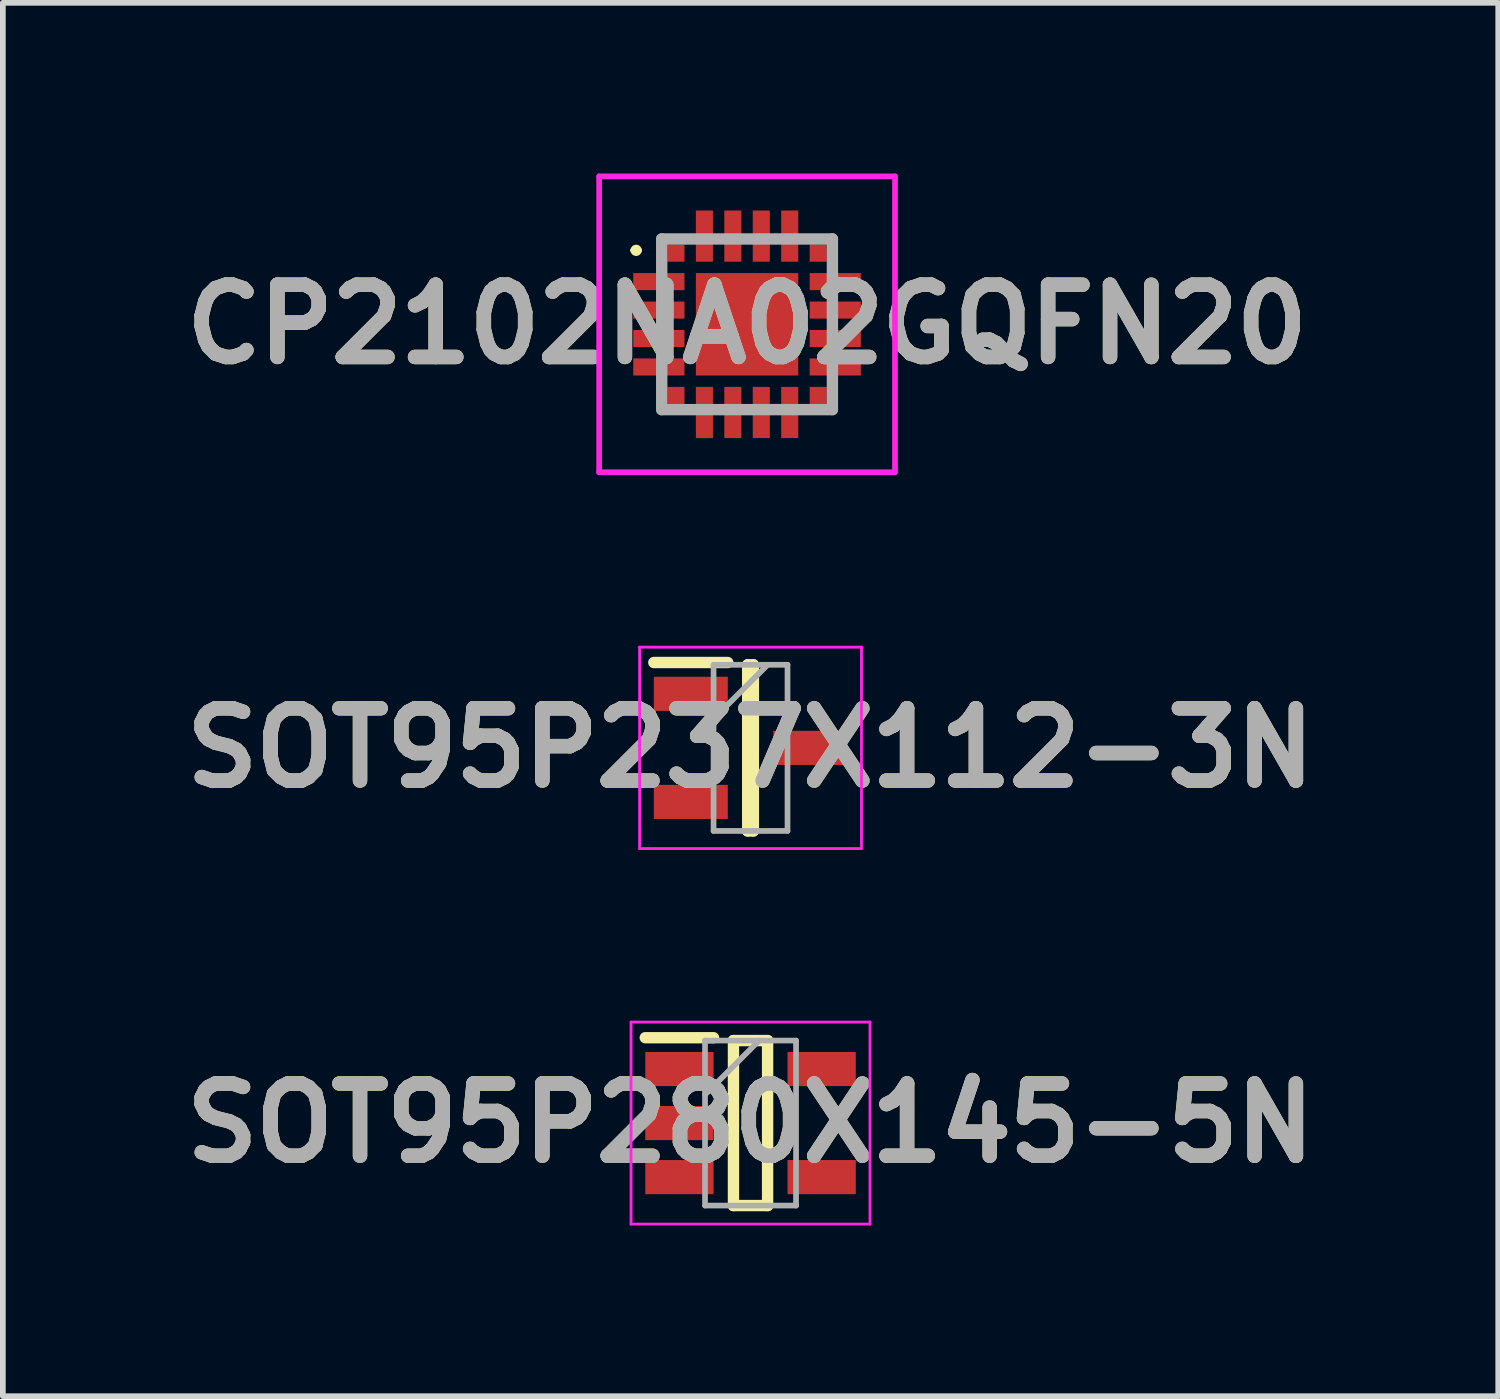
<source format=kicad_pcb>
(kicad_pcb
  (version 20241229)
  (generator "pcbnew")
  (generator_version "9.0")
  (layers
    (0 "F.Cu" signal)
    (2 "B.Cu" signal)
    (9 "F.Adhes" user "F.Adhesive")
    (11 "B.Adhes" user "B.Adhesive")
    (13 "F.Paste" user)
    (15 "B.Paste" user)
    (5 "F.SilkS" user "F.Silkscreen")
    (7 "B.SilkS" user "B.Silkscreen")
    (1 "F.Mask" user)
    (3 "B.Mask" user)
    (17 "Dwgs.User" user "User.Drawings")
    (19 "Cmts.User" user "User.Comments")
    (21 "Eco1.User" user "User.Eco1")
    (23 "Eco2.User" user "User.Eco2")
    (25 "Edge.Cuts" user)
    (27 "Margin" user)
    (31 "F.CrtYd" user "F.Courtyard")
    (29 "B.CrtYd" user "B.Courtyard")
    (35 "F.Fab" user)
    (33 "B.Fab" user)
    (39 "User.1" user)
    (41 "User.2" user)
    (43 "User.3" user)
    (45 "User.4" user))
  (footprint "SOT95P237X112-3N"
    (layer "F.Cu")
    (at 10.142 10.095)
    (property "Reference" "SOT95P237X112-3N" (at 0 0 0) (layer "F.SilkS") (effects (font (size 1.27 1.27) (thickness 0.254))))
    (attr smd)
    (fp_line (start -1.7 -1.5) (end -0.4 -1.5) (stroke (width 0.2) (type solid)) (layer "F.SilkS"))
    (fp_line (start -0.05 -1.46) (end 0.05 -1.46) (stroke (width 0.2) (type solid)) (layer "F.SilkS"))
    (fp_line (start -0.05 1.46) (end -0.05 -1.46) (stroke (width 0.2) (type solid)) (layer "F.SilkS"))
    (fp_line (start 0.05 -1.46) (end 0.05 1.46) (stroke (width 0.2) (type solid)) (layer "F.SilkS"))
    (fp_line (start 0.05 1.46) (end -0.05 1.46) (stroke (width 0.2) (type solid)) (layer "F.SilkS"))
    (fp_line (start -1.95 -1.77) (end 1.95 -1.77) (stroke (width 0.05) (type solid)) (layer "F.CrtYd"))
    (fp_line (start -1.95 1.77) (end -1.95 -1.77) (stroke (width 0.05) (type solid)) (layer "F.CrtYd"))
    (fp_line (start 1.95 -1.77) (end 1.95 1.77) (stroke (width 0.05) (type solid)) (layer "F.CrtYd"))
    (fp_line (start 1.95 1.77) (end -1.95 1.77) (stroke (width 0.05) (type solid)) (layer "F.CrtYd"))
    (fp_line (start -0.65 -1.46) (end 0.65 -1.46) (stroke (width 0.1) (type solid)) (layer "F.Fab"))
    (fp_line (start -0.65 -0.51) (end 0.3 -1.46) (stroke (width 0.1) (type solid)) (layer "F.Fab"))
    (fp_line (start -0.65 1.46) (end -0.65 -1.46) (stroke (width 0.1) (type solid)) (layer "F.Fab"))
    (fp_line (start 0.65 -1.46) (end 0.65 1.46) (stroke (width 0.1) (type solid)) (layer "F.Fab"))
    (fp_line (start 0.65 1.46) (end -0.65 1.46) (stroke (width 0.1) (type solid)) (layer "F.Fab"))
    (fp_text user "${REFERENCE}" (at 0 0 0) (layer "F.Fab") (effects (font (size 1.27 1.27) (thickness 0.254))))
    (pad "1" smd rect (at -1.05 -0.95 90) (size 0.6 1.3) (layers "F.Cu" "F.Mask" "F.Paste"))
    (pad "2" smd rect (at -1.05 0.95 90) (size 0.6 1.3) (layers "F.Cu" "F.Mask" "F.Paste"))
    (pad "3" smd rect (at 1.05 0 90) (size 0.6 1.3) (layers "F.Cu" "F.Mask" "F.Paste")))
  (footprint "CP2102NA02GQFN20"
    (layer "F.Cu")
    (at 10.081 2.65)
    (property "Reference" "CP2102NA02GQFN20" (at 0 0 0) (layer "F.SilkS") (effects (font (size 1.27 1.27) (thickness 0.254))))
    (attr smd)
    (fp_line (start -2 -1.3) (end -2 -1.3) (stroke (width 0.1) (type solid)) (layer "F.SilkS"))
    (fp_line (start -1.9 -1.3) (end -1.9 -1.3) (stroke (width 0.1) (type solid)) (layer "F.SilkS"))
    (fp_arc (start -2 -1.3) (mid -1.95 -1.35) (end -1.9 -1.3) (stroke (width 0.1) (type solid)) (layer "F.SilkS"))
    (fp_arc (start -1.9 -1.3) (mid -1.95 -1.25) (end -2 -1.3) (stroke (width 0.1) (type solid)) (layer "F.SilkS"))
    (fp_line (start -2.6 -2.6) (end 2.6 -2.6) (stroke (width 0.1) (type solid)) (layer "F.CrtYd"))
    (fp_line (start -2.6 2.6) (end -2.6 -2.6) (stroke (width 0.1) (type solid)) (layer "F.CrtYd"))
    (fp_line (start 2.6 -2.6) (end 2.6 2.6) (stroke (width 0.1) (type solid)) (layer "F.CrtYd"))
    (fp_line (start 2.6 2.6) (end -2.6 2.6) (stroke (width 0.1) (type solid)) (layer "F.CrtYd"))
    (fp_line (start -1.5 -1.5) (end 1.5 -1.5) (stroke (width 0.2) (type solid)) (layer "F.Fab"))
    (fp_line (start -1.5 1.5) (end -1.5 -1.5) (stroke (width 0.2) (type solid)) (layer "F.Fab"))
    (fp_line (start 1.5 -1.5) (end 1.5 1.5) (stroke (width 0.2) (type solid)) (layer "F.Fab"))
    (fp_line (start 1.5 1.5) (end -1.5 1.5) (stroke (width 0.2) (type solid)) (layer "F.Fab"))
    (fp_text user "${REFERENCE}" (at 0 0 0) (layer "F.Fab") (effects (font (size 1.27 1.27) (thickness 0.254))))
    (pad "1" smd rect (at -1.25 -1.25) (size 0.3 0.3) (layers "F.Cu" "F.Mask" "F.Paste"))
    (pad "2" smd rect (at -1.55 -0.75 90) (size 0.3 0.9) (layers "F.Cu" "F.Mask" "F.Paste"))
    (pad "3" smd rect (at -1.55 -0.25 90) (size 0.3 0.9) (layers "F.Cu" "F.Mask" "F.Paste"))
    (pad "4" smd rect (at -1.55 0.25 90) (size 0.3 0.9) (layers "F.Cu" "F.Mask" "F.Paste"))
    (pad "5" smd rect (at -1.55 0.75 90) (size 0.3 0.9) (layers "F.Cu" "F.Mask" "F.Paste"))
    (pad "6" smd rect (at -1.25 1.25) (size 0.3 0.3) (layers "F.Cu" "F.Mask" "F.Paste"))
    (pad "7" smd rect (at -0.75 1.55) (size 0.3 0.9) (layers "F.Cu" "F.Mask" "F.Paste"))
    (pad "8" smd rect (at -0.25 1.55) (size 0.3 0.9) (layers "F.Cu" "F.Mask" "F.Paste"))
    (pad "9" smd rect (at 0.25 1.55) (size 0.3 0.9) (layers "F.Cu" "F.Mask" "F.Paste"))
    (pad "10" smd rect (at 0.75 1.55) (size 0.3 0.9) (layers "F.Cu" "F.Mask" "F.Paste"))
    (pad "11" smd rect (at 1.25 1.25) (size 0.3 0.3) (layers "F.Cu" "F.Mask" "F.Paste"))
    (pad "12" smd rect (at 1.55 0.75 90) (size 0.3 0.9) (layers "F.Cu" "F.Mask" "F.Paste"))
    (pad "13" smd rect (at 1.55 0.25 90) (size 0.3 0.9) (layers "F.Cu" "F.Mask" "F.Paste"))
    (pad "14" smd rect (at 1.55 -0.25 90) (size 0.3 0.9) (layers "F.Cu" "F.Mask" "F.Paste"))
    (pad "15" smd rect (at 1.55 -0.75 90) (size 0.3 0.9) (layers "F.Cu" "F.Mask" "F.Paste"))
    (pad "16" smd rect (at 1.25 -1.25) (size 0.3 0.3) (layers "F.Cu" "F.Mask" "F.Paste"))
    (pad "17" smd rect (at 0.75 -1.55) (size 0.3 0.9) (layers "F.Cu" "F.Mask" "F.Paste"))
    (pad "18" smd rect (at 0.25 -1.55) (size 0.3 0.9) (layers "F.Cu" "F.Mask" "F.Paste"))
    (pad "19" smd rect (at -0.25 -1.55) (size 0.3 0.9) (layers "F.Cu" "F.Mask" "F.Paste"))
    (pad "20" smd rect (at -0.75 -1.55) (size 0.3 0.9) (layers "F.Cu" "F.Mask" "F.Paste"))
    (pad "21" smd rect (at 0 0) (size 1.8 1.8) (layers "F.Cu" "F.Mask" "F.Paste")))
  (footprint "SOT95P280X145-5N"
    (layer "F.Cu")
    (at 10.142 16.69)
    (property "Reference" "SOT95P280X145-5N" (at 0 0 0) (layer "F.SilkS") (effects (font (size 1.27 1.27) (thickness 0.254))))
    (attr smd)
    (fp_line (start -1.85 -1.5) (end -0.65 -1.5) (stroke (width 0.2) (type solid)) (layer "F.SilkS"))
    (fp_line (start -0.3 -1.45) (end 0.3 -1.45) (stroke (width 0.2) (type solid)) (layer "F.SilkS"))
    (fp_line (start -0.3 1.45) (end -0.3 -1.45) (stroke (width 0.2) (type solid)) (layer "F.SilkS"))
    (fp_line (start 0.3 -1.45) (end 0.3 1.45) (stroke (width 0.2) (type solid)) (layer "F.SilkS"))
    (fp_line (start 0.3 1.45) (end -0.3 1.45) (stroke (width 0.2) (type solid)) (layer "F.SilkS"))
    (fp_line (start -2.1 -1.775) (end 2.1 -1.775) (stroke (width 0.05) (type solid)) (layer "F.CrtYd"))
    (fp_line (start -2.1 1.775) (end -2.1 -1.775) (stroke (width 0.05) (type solid)) (layer "F.CrtYd"))
    (fp_line (start 2.1 -1.775) (end 2.1 1.775) (stroke (width 0.05) (type solid)) (layer "F.CrtYd"))
    (fp_line (start 2.1 1.775) (end -2.1 1.775) (stroke (width 0.05) (type solid)) (layer "F.CrtYd"))
    (fp_line (start -0.8 -1.45) (end 0.8 -1.45) (stroke (width 0.1) (type solid)) (layer "F.Fab"))
    (fp_line (start -0.8 -0.5) (end 0.15 -1.45) (stroke (width 0.1) (type solid)) (layer "F.Fab"))
    (fp_line (start -0.8 1.45) (end -0.8 -1.45) (stroke (width 0.1) (type solid)) (layer "F.Fab"))
    (fp_line (start 0.8 -1.45) (end 0.8 1.45) (stroke (width 0.1) (type solid)) (layer "F.Fab"))
    (fp_line (start 0.8 1.45) (end -0.8 1.45) (stroke (width 0.1) (type solid)) (layer "F.Fab"))
    (fp_text user "${REFERENCE}" (at 0 0 0) (layer "F.Fab") (effects (font (size 1.27 1.27) (thickness 0.254))))
    (pad "1" smd rect (at -1.25 -0.95 90) (size 0.6 1.2) (layers "F.Cu" "F.Mask" "F.Paste"))
    (pad "2" smd rect (at -1.25 0 90) (size 0.6 1.2) (layers "F.Cu" "F.Mask" "F.Paste"))
    (pad "3" smd rect (at -1.25 0.95 90) (size 0.6 1.2) (layers "F.Cu" "F.Mask" "F.Paste"))
    (pad "4" smd rect (at 1.25 0.95 90) (size 0.6 1.2) (layers "F.Cu" "F.Mask" "F.Paste"))
    (pad "5" smd rect (at 1.25 -0.95 90) (size 0.6 1.2) (layers "F.Cu" "F.Mask" "F.Paste")))
  (gr_rect
    (start -3 -3)
    (end 23.284 21.49)
    (stroke (width 0.1) (type default))
    (fill no)
    (layer "Edge.Cuts")))
</source>
